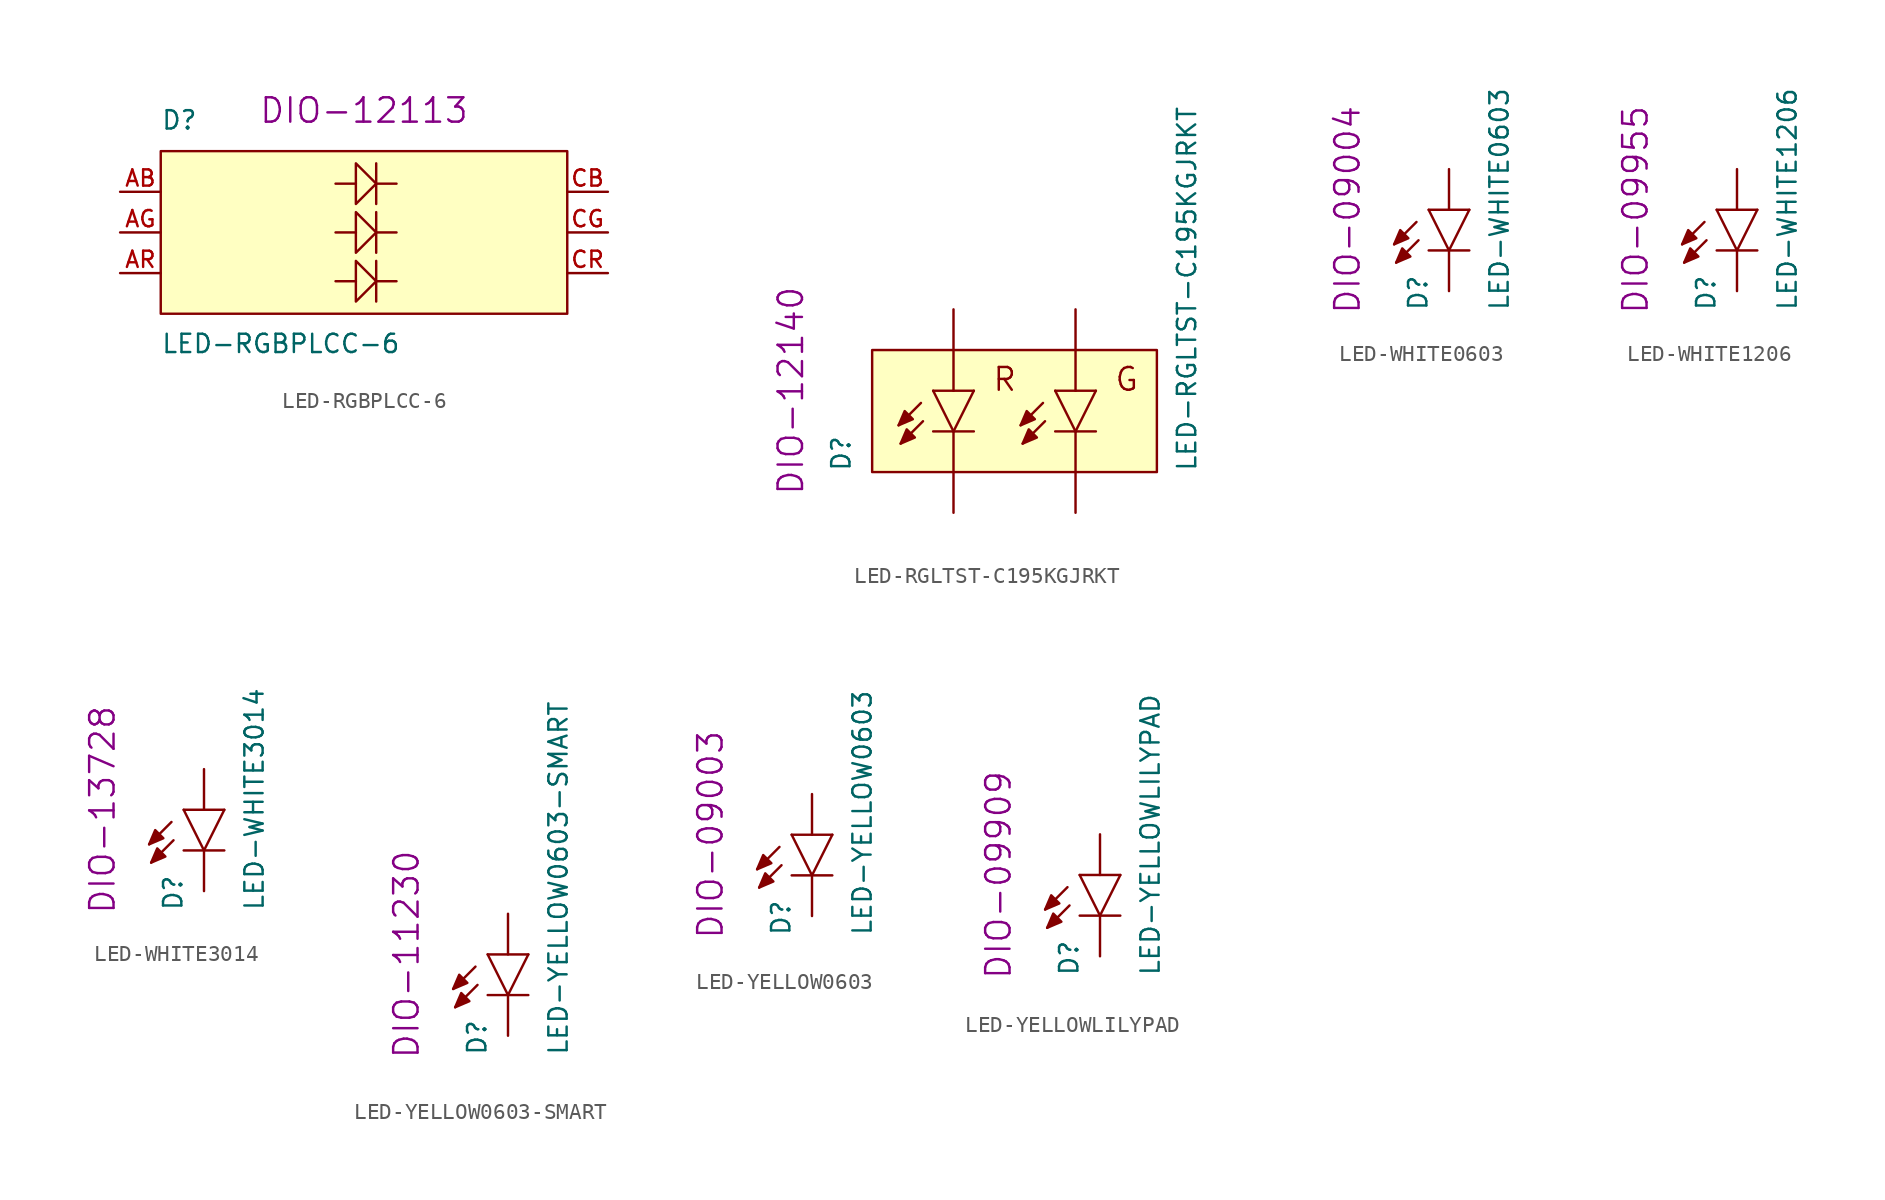
<source format=kicad_sym>
(kicad_symbol_lib
  (version 20211014)
  (generator kicad_symbol_editor)
  (symbol "LED-RGBPLCC-6"
    (pin_names
      (offset 1.016) hide)
    (property "Reference" "D"
      (at -12.7 6.35 0)
      (effects (font (size 1.143 1.143)) (justify left bottom)))
    (property "Value" "LED-RGBPLCC-6"
      (at -12.7 -7.62 0)
      (effects (font (size 1.143 1.143)) (justify left bottom)))
    (property "Field4" "DIO-12113"
      (at 0 7.62 0)
      (effects (font (size 1.524 1.524))))
    (property "ki_locked" ""
      (at 0 0 0)
      (effects (font (size 1.27 1.27))))
    (symbol "LED-RGBPLCC-6_1_0"
      (polyline (pts (xy -0.508 -3.048) (xy -1.778 -3.048)) (stroke (width 0) (type default) (color 0 0 0 0)) (fill (type none)))
      (polyline (pts (xy -0.508 0) (xy -1.778 0)) (stroke (width 0) (type default) (color 0 0 0 0)) (fill (type none)))
      (polyline (pts (xy -0.508 3.048) (xy -1.778 3.048)) (stroke (width 0) (type default) (color 0 0 0 0)) (fill (type none)))
      (polyline (pts (xy 0.762 -4.318) (xy 0.762 -3.048)) (stroke (width 0) (type default) (color 0 0 0 0)) (fill (type none)))
      (polyline (pts (xy 0.762 -3.048) (xy 0.762 -1.778)) (stroke (width 0) (type default) (color 0 0 0 0)) (fill (type none)))
      (polyline (pts (xy 0.762 -3.048) (xy 2.032 -3.048)) (stroke (width 0) (type default) (color 0 0 0 0)) (fill (type none)))
      (polyline (pts (xy 0.762 -1.27) (xy 0.762 0)) (stroke (width 0) (type default) (color 0 0 0 0)) (fill (type none)))
      (polyline (pts (xy 0.762 0) (xy 0.762 1.27)) (stroke (width 0) (type default) (color 0 0 0 0)) (fill (type none)))
      (polyline (pts (xy 0.762 0) (xy 2.032 0)) (stroke (width 0) (type default) (color 0 0 0 0)) (fill (type none)))
      (polyline (pts (xy 0.762 1.778) (xy 0.762 3.048)) (stroke (width 0) (type default) (color 0 0 0 0)) (fill (type none)))
      (polyline (pts (xy 0.762 3.048) (xy 0.762 4.318)) (stroke (width 0) (type default) (color 0 0 0 0)) (fill (type none)))
      (polyline (pts (xy 0.762 3.048) (xy 2.032 3.048)) (stroke (width 0) (type default) (color 0 0 0 0)) (fill (type none))))
    (symbol "LED-RGBPLCC-6_1_1"
      (polyline (pts (xy -12.7 5.08) (xy -12.7 -5.08) (xy 12.7 -5.08) (xy 12.7 5.08) (xy -12.7 5.08)) (stroke (width 0) (type default) (color 0 0 0 0)) (fill (type background)))
      (polyline (pts (xy -0.508 -4.318) (xy -0.508 -3.048) (xy -0.508 -1.778) (xy 0.762 -3.048) (xy -0.508 -4.318)) (stroke (width 0) (type default) (color 0 0 0 0)) (fill (type background)))
      (polyline (pts (xy -0.508 -1.27) (xy -0.508 0) (xy -0.508 1.27) (xy 0.762 0) (xy -0.508 -1.27)) (stroke (width 0) (type default) (color 0 0 0 0)) (fill (type background)))
      (polyline (pts (xy -0.508 1.778) (xy -0.508 3.048) (xy -0.508 4.318) (xy 0.762 3.048) (xy -0.508 1.778)) (stroke (width 0) (type default) (color 0 0 0 0)) (fill (type background)))
      (pin bidirectional line (at -15.24 2.54 0) (length 2.54) (name "BLU-A" (effects (font (size 1.016 1.016)))) (number "AB" (effects (font (size 1.016 1.016)))))
      (pin bidirectional line (at -15.24 0 0) (length 2.54) (name "GRN-A" (effects (font (size 1.016 1.016)))) (number "AG" (effects (font (size 1.016 1.016)))))
      (pin bidirectional line (at -15.24 -2.54 0) (length 2.54) (name "RED-A" (effects (font (size 1.016 1.016)))) (number "AR" (effects (font (size 1.016 1.016)))))
      (pin bidirectional line (at 15.24 2.54 180) (length 2.54) (name "BLU-C" (effects (font (size 1.016 1.016)))) (number "CB" (effects (font (size 1.016 1.016)))))
      (pin bidirectional line (at 15.24 0 180) (length 2.54) (name "GRN-C" (effects (font (size 1.016 1.016)))) (number "CG" (effects (font (size 1.016 1.016)))))
      (pin bidirectional line (at 15.24 -2.54 180) (length 2.54) (name "RED-C" (effects (font (size 1.016 1.016)))) (number "CR" (effects (font (size 1.016 1.016)))))))
  (symbol "LED-RGLTST-C195KGJRKT"
    (pin_numbers hide)
    (pin_names
      (offset 1.016) hide)
    (property "Reference" "D"
      (at -8.89 -5.08 90)
      (effects (font (size 1.143 1.143)) (justify left bottom)))
    (property "Value" "LED-RGLTST-C195KGJRKT"
      (at 12.7 -5.08 90)
      (effects (font (size 1.143 1.143)) (justify left bottom)))
    (property "Field4" "DIO-12140"
      (at -12.7 0 90)
      (effects (font (size 1.524 1.524))))
    (property "ki_locked" ""
      (at 0 0 0)
      (effects (font (size 1.27 1.27))))
    (symbol "LED-RGLTST-C195KGJRKT_1_0"
      (polyline (pts (xy -4.572 -0.762) (xy -5.969 -2.159)) (stroke (width 0) (type default) (color 0 0 0 0)) (fill (type none)))
      (polyline (pts (xy -4.445 -1.905) (xy -5.842 -3.302)) (stroke (width 0) (type default) (color 0 0 0 0)) (fill (type none)))
      (polyline (pts (xy -2.54 -2.54) (xy -3.81 -2.54)) (stroke (width 0) (type default) (color 0 0 0 0)) (fill (type none)))
      (polyline (pts (xy -2.54 -2.54) (xy -3.81 0)) (stroke (width 0) (type default) (color 0 0 0 0)) (fill (type none)))
      (polyline (pts (xy -2.54 -2.54) (xy -2.54 -5.08)) (stroke (width 0) (type default) (color 0 0 0 0)) (fill (type none)))
      (polyline (pts (xy -2.54 0) (xy -3.81 0)) (stroke (width 0) (type default) (color 0 0 0 0)) (fill (type none)))
      (polyline (pts (xy -2.54 2.54) (xy -2.54 0)) (stroke (width 0) (type default) (color 0 0 0 0)) (fill (type none)))
      (polyline (pts (xy -1.27 -2.54) (xy -2.54 -2.54)) (stroke (width 0) (type default) (color 0 0 0 0)) (fill (type none)))
      (polyline (pts (xy -1.27 0) (xy -2.54 -2.54)) (stroke (width 0) (type default) (color 0 0 0 0)) (fill (type none)))
      (polyline (pts (xy -1.27 0) (xy -2.54 0)) (stroke (width 0) (type default) (color 0 0 0 0)) (fill (type none)))
      (polyline (pts (xy 3.048 -0.762) (xy 1.651 -2.159)) (stroke (width 0) (type default) (color 0 0 0 0)) (fill (type none)))
      (polyline (pts (xy 3.175 -1.905) (xy 1.778 -3.302)) (stroke (width 0) (type default) (color 0 0 0 0)) (fill (type none)))
      (polyline (pts (xy 5.08 -2.54) (xy 3.81 -2.54)) (stroke (width 0) (type default) (color 0 0 0 0)) (fill (type none)))
      (polyline (pts (xy 5.08 -2.54) (xy 3.81 0)) (stroke (width 0) (type default) (color 0 0 0 0)) (fill (type none)))
      (polyline (pts (xy 5.08 -2.54) (xy 5.08 -5.08)) (stroke (width 0) (type default) (color 0 0 0 0)) (fill (type none)))
      (polyline (pts (xy 5.08 0) (xy 3.81 0)) (stroke (width 0) (type default) (color 0 0 0 0)) (fill (type none)))
      (polyline (pts (xy 5.08 2.54) (xy 5.08 0)) (stroke (width 0) (type default) (color 0 0 0 0)) (fill (type none)))
      (polyline (pts (xy 6.35 -2.54) (xy 5.08 -2.54)) (stroke (width 0) (type default) (color 0 0 0 0)) (fill (type none)))
      (polyline (pts (xy 6.35 0) (xy 5.08 -2.54)) (stroke (width 0) (type default) (color 0 0 0 0)) (fill (type none)))
      (polyline (pts (xy 6.35 0) (xy 5.08 0)) (stroke (width 0) (type default) (color 0 0 0 0)) (fill (type none)))
      (text "G" (at 8.28 0.711 0) (effects (font (size 1.422 1.422))))
      (text "R" (at 0.66 0.711 0) (effects (font (size 1.422 1.422)))))
    (symbol "LED-RGLTST-C195KGJRKT_1_1"
      (polyline (pts (xy -5.969 -2.159) (xy -5.588 -1.27) (xy -5.588 -1.27) (xy -5.08 -1.778) (xy -5.08 -1.778) (xy -5.969 -2.159)) (stroke (width 0) (type default) (color 0 0 0 0)) (fill (type outline)))
      (polyline (pts (xy -5.842 -3.302) (xy -5.461 -2.413) (xy -5.461 -2.413) (xy -4.953 -2.921) (xy -4.953 -2.921) (xy -5.842 -3.302)) (stroke (width 0) (type default) (color 0 0 0 0)) (fill (type outline)))
      (polyline (pts (xy 1.651 -2.159) (xy 2.032 -1.27) (xy 2.032 -1.27) (xy 2.54 -1.778) (xy 2.54 -1.778) (xy 1.651 -2.159)) (stroke (width 0) (type default) (color 0 0 0 0)) (fill (type outline)))
      (polyline (pts (xy 1.778 -3.302) (xy 2.159 -2.413) (xy 2.159 -2.413) (xy 2.667 -2.921) (xy 2.667 -2.921) (xy 1.778 -3.302)) (stroke (width 0) (type default) (color 0 0 0 0)) (fill (type outline)))
      (polyline (pts (xy -7.62 2.54) (xy -2.54 2.54) (xy 5.08 2.54) (xy 10.16 2.54) (xy 10.16 -5.08) (xy 5.08 -5.08) (xy -2.54 -5.08) (xy -7.62 -5.08) (xy -7.62 2.54)) (stroke (width 0) (type default) (color 0 0 0 0)) (fill (type background)))
      (pin passive line (at 5.08 5.08 270) (length 2.54) (name "GA" (effects (font (size 1.016 1.016)))) (number "P$1" (effects (font (size 1.016 1.016)))))
      (pin passive line (at -2.54 5.08 270) (length 2.54) (name "RA" (effects (font (size 1.016 1.016)))) (number "P$2" (effects (font (size 1.016 1.016)))))
      (pin passive line (at 5.08 -7.62 90) (length 2.54) (name "GC" (effects (font (size 1.016 1.016)))) (number "P$3" (effects (font (size 1.016 1.016)))))
      (pin passive line (at -2.54 -7.62 90) (length 2.54) (name "RC" (effects (font (size 1.016 1.016)))) (number "P$4" (effects (font (size 1.016 1.016)))))))
  (symbol "LED-WHITE0603"
    (pin_numbers hide)
    (pin_names
      (offset 1.016) hide)
    (property "Reference" "D"
      (at -1.27 -6.35 90)
      (effects (font (size 1.143 1.143)) (justify left bottom)))
    (property "Value" "LED-WHITE0603"
      (at 3.81 -6.35 90)
      (effects (font (size 1.143 1.143)) (justify left bottom)))
    (property "Field4" "DIO-09004"
      (at -6.35 0 90)
      (effects (font (size 1.524 1.524))))
    (property "ki_locked" ""
      (at 0 0 0)
      (effects (font (size 1.27 1.27))))
    (symbol "LED-WHITE0603_1_0"
      (polyline (pts (xy -2.032 -0.762) (xy -3.429 -2.159)) (stroke (width 0) (type default) (color 0 0 0 0)) (fill (type none)))
      (polyline (pts (xy -1.905 -1.905) (xy -3.302 -3.302)) (stroke (width 0) (type default) (color 0 0 0 0)) (fill (type none)))
      (polyline (pts (xy 0 -2.54) (xy -1.27 -2.54)) (stroke (width 0) (type default) (color 0 0 0 0)) (fill (type none)))
      (polyline (pts (xy 0 -2.54) (xy -1.27 0)) (stroke (width 0) (type default) (color 0 0 0 0)) (fill (type none)))
      (polyline (pts (xy 1.27 -2.54) (xy 0 -2.54)) (stroke (width 0) (type default) (color 0 0 0 0)) (fill (type none)))
      (polyline (pts (xy 1.27 0) (xy -1.27 0)) (stroke (width 0) (type default) (color 0 0 0 0)) (fill (type none)))
      (polyline (pts (xy 1.27 0) (xy 0 -2.54)) (stroke (width 0) (type default) (color 0 0 0 0)) (fill (type none))))
    (symbol "LED-WHITE0603_1_1"
      (polyline (pts (xy -3.429 -2.159) (xy -3.048 -1.27) (xy -3.048 -1.27) (xy -2.54 -1.778) (xy -2.54 -1.778) (xy -3.429 -2.159)) (stroke (width 0) (type default) (color 0 0 0 0)) (fill (type outline)))
      (polyline (pts (xy -3.302 -3.302) (xy -2.921 -2.413) (xy -2.921 -2.413) (xy -2.413 -2.921) (xy -2.413 -2.921) (xy -3.302 -3.302)) (stroke (width 0) (type default) (color 0 0 0 0)) (fill (type outline)))
      (pin passive line (at 0 2.54 270) (length 2.54) (name "A" (effects (font (size 1.016 1.016)))) (number "A" (effects (font (size 1.016 1.016)))))
      (pin passive line (at 0 -5.08 90) (length 2.54) (name "C" (effects (font (size 1.016 1.016)))) (number "C" (effects (font (size 1.016 1.016)))))))
  (symbol "LED-WHITE1206"
    (pin_numbers hide)
    (pin_names
      (offset 1.016) hide)
    (property "Reference" "D"
      (at -1.27 -6.35 90)
      (effects (font (size 1.143 1.143)) (justify left bottom)))
    (property "Value" "LED-WHITE1206"
      (at 3.81 -6.35 90)
      (effects (font (size 1.143 1.143)) (justify left bottom)))
    (property "Field4" "DIO-09955"
      (at -6.35 0 90)
      (effects (font (size 1.524 1.524))))
    (property "ki_locked" ""
      (at 0 0 0)
      (effects (font (size 1.27 1.27))))
    (symbol "LED-WHITE1206_1_0"
      (polyline (pts (xy -2.032 -0.762) (xy -3.429 -2.159)) (stroke (width 0) (type default) (color 0 0 0 0)) (fill (type none)))
      (polyline (pts (xy -1.905 -1.905) (xy -3.302 -3.302)) (stroke (width 0) (type default) (color 0 0 0 0)) (fill (type none)))
      (polyline (pts (xy 0 -2.54) (xy -1.27 -2.54)) (stroke (width 0) (type default) (color 0 0 0 0)) (fill (type none)))
      (polyline (pts (xy 0 -2.54) (xy -1.27 0)) (stroke (width 0) (type default) (color 0 0 0 0)) (fill (type none)))
      (polyline (pts (xy 1.27 -2.54) (xy 0 -2.54)) (stroke (width 0) (type default) (color 0 0 0 0)) (fill (type none)))
      (polyline (pts (xy 1.27 0) (xy -1.27 0)) (stroke (width 0) (type default) (color 0 0 0 0)) (fill (type none)))
      (polyline (pts (xy 1.27 0) (xy 0 -2.54)) (stroke (width 0) (type default) (color 0 0 0 0)) (fill (type none))))
    (symbol "LED-WHITE1206_1_1"
      (polyline (pts (xy -3.429 -2.159) (xy -3.048 -1.27) (xy -3.048 -1.27) (xy -2.54 -1.778) (xy -2.54 -1.778) (xy -3.429 -2.159)) (stroke (width 0) (type default) (color 0 0 0 0)) (fill (type outline)))
      (polyline (pts (xy -3.302 -3.302) (xy -2.921 -2.413) (xy -2.921 -2.413) (xy -2.413 -2.921) (xy -2.413 -2.921) (xy -3.302 -3.302)) (stroke (width 0) (type default) (color 0 0 0 0)) (fill (type outline)))
      (pin passive line (at 0 2.54 270) (length 2.54) (name "A" (effects (font (size 1.016 1.016)))) (number "A" (effects (font (size 1.016 1.016)))))
      (pin passive line (at 0 -5.08 90) (length 2.54) (name "C" (effects (font (size 1.016 1.016)))) (number "C" (effects (font (size 1.016 1.016)))))))
  (symbol "LED-WHITE3014"
    (pin_numbers hide)
    (pin_names
      (offset 1.016) hide)
    (property "Reference" "D"
      (at -1.27 -6.35 90)
      (effects (font (size 1.143 1.143)) (justify left bottom)))
    (property "Value" "LED-WHITE3014"
      (at 3.81 -6.35 90)
      (effects (font (size 1.143 1.143)) (justify left bottom)))
    (property "Field4" "DIO-13728"
      (at -6.35 0 90)
      (effects (font (size 1.524 1.524))))
    (property "ki_locked" ""
      (at 0 0 0)
      (effects (font (size 1.27 1.27))))
    (symbol "LED-WHITE3014_1_0"
      (polyline (pts (xy -2.032 -0.762) (xy -3.429 -2.159)) (stroke (width 0) (type default) (color 0 0 0 0)) (fill (type none)))
      (polyline (pts (xy -1.905 -1.905) (xy -3.302 -3.302)) (stroke (width 0) (type default) (color 0 0 0 0)) (fill (type none)))
      (polyline (pts (xy 0 -2.54) (xy -1.27 -2.54)) (stroke (width 0) (type default) (color 0 0 0 0)) (fill (type none)))
      (polyline (pts (xy 0 -2.54) (xy -1.27 0)) (stroke (width 0) (type default) (color 0 0 0 0)) (fill (type none)))
      (polyline (pts (xy 1.27 -2.54) (xy 0 -2.54)) (stroke (width 0) (type default) (color 0 0 0 0)) (fill (type none)))
      (polyline (pts (xy 1.27 0) (xy -1.27 0)) (stroke (width 0) (type default) (color 0 0 0 0)) (fill (type none)))
      (polyline (pts (xy 1.27 0) (xy 0 -2.54)) (stroke (width 0) (type default) (color 0 0 0 0)) (fill (type none))))
    (symbol "LED-WHITE3014_1_1"
      (polyline (pts (xy -3.429 -2.159) (xy -3.048 -1.27) (xy -3.048 -1.27) (xy -2.54 -1.778) (xy -2.54 -1.778) (xy -3.429 -2.159)) (stroke (width 0) (type default) (color 0 0 0 0)) (fill (type outline)))
      (polyline (pts (xy -3.302 -3.302) (xy -2.921 -2.413) (xy -2.921 -2.413) (xy -2.413 -2.921) (xy -2.413 -2.921) (xy -3.302 -3.302)) (stroke (width 0) (type default) (color 0 0 0 0)) (fill (type outline)))
      (pin passive line (at 0 2.54 270) (length 2.54) (name "A" (effects (font (size 1.016 1.016)))) (number "A" (effects (font (size 1.016 1.016)))))
      (pin passive line (at 0 -5.08 90) (length 2.54) (name "C" (effects (font (size 1.016 1.016)))) (number "C" (effects (font (size 1.016 1.016)))))))
  (symbol "LED-YELLOW0603-SMART"
    (pin_numbers hide)
    (pin_names
      (offset 1.016) hide)
    (property "Reference" "D"
      (at -1.27 -6.35 90)
      (effects (font (size 1.143 1.143)) (justify left bottom)))
    (property "Value" "LED-YELLOW0603-SMART"
      (at 3.81 -6.35 90)
      (effects (font (size 1.143 1.143)) (justify left bottom)))
    (property "Field4" "DIO-11230"
      (at -6.35 0 90)
      (effects (font (size 1.524 1.524))))
    (property "ki_locked" ""
      (at 0 0 0)
      (effects (font (size 1.27 1.27))))
    (symbol "LED-YELLOW0603-SMART_1_0"
      (polyline (pts (xy -2.032 -0.762) (xy -3.429 -2.159)) (stroke (width 0) (type default) (color 0 0 0 0)) (fill (type none)))
      (polyline (pts (xy -1.905 -1.905) (xy -3.302 -3.302)) (stroke (width 0) (type default) (color 0 0 0 0)) (fill (type none)))
      (polyline (pts (xy 0 -2.54) (xy -1.27 -2.54)) (stroke (width 0) (type default) (color 0 0 0 0)) (fill (type none)))
      (polyline (pts (xy 0 -2.54) (xy -1.27 0)) (stroke (width 0) (type default) (color 0 0 0 0)) (fill (type none)))
      (polyline (pts (xy 1.27 -2.54) (xy 0 -2.54)) (stroke (width 0) (type default) (color 0 0 0 0)) (fill (type none)))
      (polyline (pts (xy 1.27 0) (xy -1.27 0)) (stroke (width 0) (type default) (color 0 0 0 0)) (fill (type none)))
      (polyline (pts (xy 1.27 0) (xy 0 -2.54)) (stroke (width 0) (type default) (color 0 0 0 0)) (fill (type none))))
    (symbol "LED-YELLOW0603-SMART_1_1"
      (polyline (pts (xy -3.429 -2.159) (xy -3.048 -1.27) (xy -3.048 -1.27) (xy -2.54 -1.778) (xy -2.54 -1.778) (xy -3.429 -2.159)) (stroke (width 0) (type default) (color 0 0 0 0)) (fill (type outline)))
      (polyline (pts (xy -3.302 -3.302) (xy -2.921 -2.413) (xy -2.921 -2.413) (xy -2.413 -2.921) (xy -2.413 -2.921) (xy -3.302 -3.302)) (stroke (width 0) (type default) (color 0 0 0 0)) (fill (type outline)))
      (pin passive line (at 0 2.54 270) (length 2.54) (name "A" (effects (font (size 1.016 1.016)))) (number "A" (effects (font (size 1.016 1.016)))))
      (pin passive line (at 0 -5.08 90) (length 2.54) (name "C" (effects (font (size 1.016 1.016)))) (number "C" (effects (font (size 1.016 1.016)))))))
  (symbol "LED-YELLOW0603"
    (pin_numbers hide)
    (pin_names
      (offset 1.016) hide)
    (property "Reference" "D"
      (at -1.27 -6.35 90)
      (effects (font (size 1.143 1.143)) (justify left bottom)))
    (property "Value" "LED-YELLOW0603"
      (at 3.81 -6.35 90)
      (effects (font (size 1.143 1.143)) (justify left bottom)))
    (property "Field4" "DIO-09003"
      (at -6.35 0 90)
      (effects (font (size 1.524 1.524))))
    (property "ki_locked" ""
      (at 0 0 0)
      (effects (font (size 1.27 1.27))))
    (symbol "LED-YELLOW0603_1_0"
      (polyline (pts (xy -2.032 -0.762) (xy -3.429 -2.159)) (stroke (width 0) (type default) (color 0 0 0 0)) (fill (type none)))
      (polyline (pts (xy -1.905 -1.905) (xy -3.302 -3.302)) (stroke (width 0) (type default) (color 0 0 0 0)) (fill (type none)))
      (polyline (pts (xy 0 -2.54) (xy -1.27 -2.54)) (stroke (width 0) (type default) (color 0 0 0 0)) (fill (type none)))
      (polyline (pts (xy 0 -2.54) (xy -1.27 0)) (stroke (width 0) (type default) (color 0 0 0 0)) (fill (type none)))
      (polyline (pts (xy 1.27 -2.54) (xy 0 -2.54)) (stroke (width 0) (type default) (color 0 0 0 0)) (fill (type none)))
      (polyline (pts (xy 1.27 0) (xy -1.27 0)) (stroke (width 0) (type default) (color 0 0 0 0)) (fill (type none)))
      (polyline (pts (xy 1.27 0) (xy 0 -2.54)) (stroke (width 0) (type default) (color 0 0 0 0)) (fill (type none))))
    (symbol "LED-YELLOW0603_1_1"
      (polyline (pts (xy -3.429 -2.159) (xy -3.048 -1.27) (xy -3.048 -1.27) (xy -2.54 -1.778) (xy -2.54 -1.778) (xy -3.429 -2.159)) (stroke (width 0) (type default) (color 0 0 0 0)) (fill (type outline)))
      (polyline (pts (xy -3.302 -3.302) (xy -2.921 -2.413) (xy -2.921 -2.413) (xy -2.413 -2.921) (xy -2.413 -2.921) (xy -3.302 -3.302)) (stroke (width 0) (type default) (color 0 0 0 0)) (fill (type outline)))
      (pin passive line (at 0 2.54 270) (length 2.54) (name "A" (effects (font (size 1.016 1.016)))) (number "A" (effects (font (size 1.016 1.016)))))
      (pin passive line (at 0 -5.08 90) (length 2.54) (name "C" (effects (font (size 1.016 1.016)))) (number "C" (effects (font (size 1.016 1.016)))))))
  (symbol "LED-YELLOWLILYPAD"
    (pin_numbers hide)
    (pin_names
      (offset 1.016) hide)
    (property "Reference" "D"
      (at -1.27 -6.35 90)
      (effects (font (size 1.143 1.143)) (justify left bottom)))
    (property "Value" "LED-YELLOWLILYPAD"
      (at 3.81 -6.35 90)
      (effects (font (size 1.143 1.143)) (justify left bottom)))
    (property "Field4" "DIO-09909"
      (at -6.35 0 90)
      (effects (font (size 1.524 1.524))))
    (property "ki_locked" ""
      (at 0 0 0)
      (effects (font (size 1.27 1.27))))
    (symbol "LED-YELLOWLILYPAD_1_0"
      (polyline (pts (xy -2.032 -0.762) (xy -3.429 -2.159)) (stroke (width 0) (type default) (color 0 0 0 0)) (fill (type none)))
      (polyline (pts (xy -1.905 -1.905) (xy -3.302 -3.302)) (stroke (width 0) (type default) (color 0 0 0 0)) (fill (type none)))
      (polyline (pts (xy 0 -2.54) (xy -1.27 -2.54)) (stroke (width 0) (type default) (color 0 0 0 0)) (fill (type none)))
      (polyline (pts (xy 0 -2.54) (xy -1.27 0)) (stroke (width 0) (type default) (color 0 0 0 0)) (fill (type none)))
      (polyline (pts (xy 1.27 -2.54) (xy 0 -2.54)) (stroke (width 0) (type default) (color 0 0 0 0)) (fill (type none)))
      (polyline (pts (xy 1.27 0) (xy -1.27 0)) (stroke (width 0) (type default) (color 0 0 0 0)) (fill (type none)))
      (polyline (pts (xy 1.27 0) (xy 0 -2.54)) (stroke (width 0) (type default) (color 0 0 0 0)) (fill (type none))))
    (symbol "LED-YELLOWLILYPAD_1_1"
      (polyline (pts (xy -3.429 -2.159) (xy -3.048 -1.27) (xy -3.048 -1.27) (xy -2.54 -1.778) (xy -2.54 -1.778) (xy -3.429 -2.159)) (stroke (width 0) (type default) (color 0 0 0 0)) (fill (type outline)))
      (polyline (pts (xy -3.302 -3.302) (xy -2.921 -2.413) (xy -2.921 -2.413) (xy -2.413 -2.921) (xy -2.413 -2.921) (xy -3.302 -3.302)) (stroke (width 0) (type default) (color 0 0 0 0)) (fill (type outline)))
      (pin passive line (at 0 2.54 270) (length 2.54) (name "A" (effects (font (size 1.016 1.016)))) (number "A" (effects (font (size 1.016 1.016)))))
      (pin passive line (at 0 -5.08 90) (length 2.54) (name "C" (effects (font (size 1.016 1.016)))) (number "C" (effects (font (size 1.016 1.016))))))))
</source>
